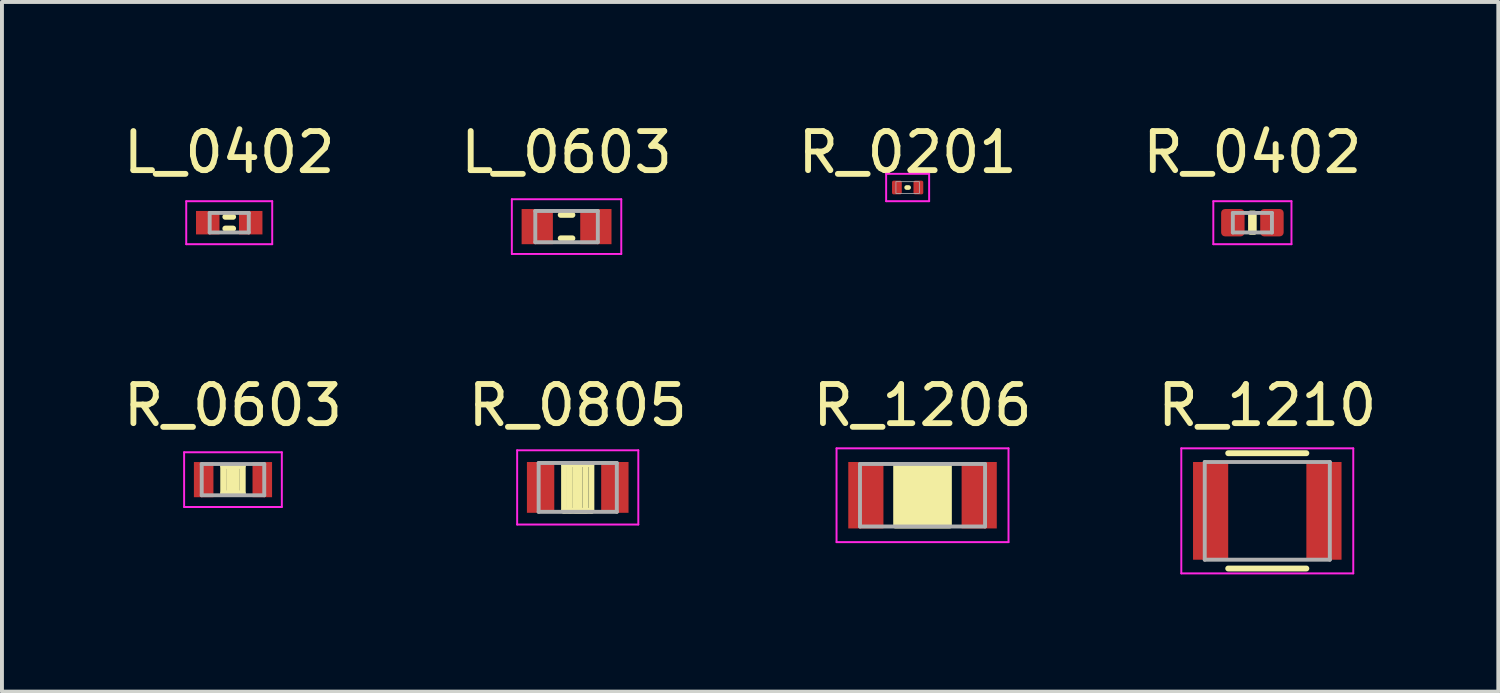
<source format=kicad_pcb>
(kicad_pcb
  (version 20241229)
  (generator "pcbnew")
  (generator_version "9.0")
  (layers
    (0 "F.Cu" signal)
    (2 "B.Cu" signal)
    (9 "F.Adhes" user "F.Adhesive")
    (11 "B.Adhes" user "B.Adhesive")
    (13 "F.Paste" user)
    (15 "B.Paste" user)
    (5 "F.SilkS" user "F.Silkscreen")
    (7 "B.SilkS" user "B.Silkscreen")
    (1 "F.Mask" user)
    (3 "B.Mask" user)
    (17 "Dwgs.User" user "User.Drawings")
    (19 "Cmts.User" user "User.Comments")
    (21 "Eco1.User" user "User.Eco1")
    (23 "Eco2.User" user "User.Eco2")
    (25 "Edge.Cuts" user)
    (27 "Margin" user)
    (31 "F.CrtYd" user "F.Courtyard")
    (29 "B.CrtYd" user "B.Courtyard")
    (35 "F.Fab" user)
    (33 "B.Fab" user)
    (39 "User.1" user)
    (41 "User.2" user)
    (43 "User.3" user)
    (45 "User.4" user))
  (footprint "L_0603"
    (layer "F.Cu")
    (at 11.446 2.748)
    (property "Reference" "L_0603" (at 0 -1.9 0) (layer "F.SilkS") (effects (font (size 1 1) (thickness 0.15))))
    (attr smd)
    (fp_line (start -0.15 -0.3) (end 0.15 -0.3) (stroke (width 0.15) (type solid)) (layer "F.SilkS"))
    (fp_line (start -0.15 0.3) (end 0.15 0.3) (stroke (width 0.15) (type solid)) (layer "F.SilkS"))
    (fp_line (start -1.4 -0.7) (end -1.4 0.7) (stroke (width 0.05) (type solid)) (layer "F.CrtYd"))
    (fp_line (start -1.4 -0.7) (end 1.4 -0.7) (stroke (width 0.05) (type solid)) (layer "F.CrtYd"))
    (fp_line (start -1.4 0.7) (end 1.4 0.7) (stroke (width 0.05) (type solid)) (layer "F.CrtYd"))
    (fp_line (start 1.4 -0.7) (end 1.4 0.7) (stroke (width 0.05) (type solid)) (layer "F.CrtYd"))
    (fp_line (start -0.8 -0.4) (end 0.8 -0.4) (stroke (width 0.1) (type solid)) (layer "F.Fab"))
    (fp_line (start -0.8 0.4) (end -0.8 -0.4) (stroke (width 0.1) (type solid)) (layer "F.Fab"))
    (fp_line (start 0.8 -0.4) (end 0.8 0.4) (stroke (width 0.1) (type solid)) (layer "F.Fab"))
    (fp_line (start 0.8 0.4) (end -0.8 0.4) (stroke (width 0.1) (type solid)) (layer "F.Fab"))
    (pad "1" smd rect (at -0.75 0) (size 0.8 0.9) (layers "F.Cu" "F.Mask" "F.Paste"))
    (pad "2" smd rect (at 0.75 0) (size 0.8 0.9) (layers "F.Cu" "F.Mask" "F.Paste")))
  (footprint "R_0201"
    (layer "F.Cu")
    (at 20.173 1.748)
    (property "Reference" "R_0201" (at 0 -0.9 0) (unlocked yes) (layer "F.SilkS") (effects (font (size 1 1) (thickness 0.15))))
    (attr smd)
    (fp_line (start -0.025 0) (end 0.025 0) (stroke (width 0.12) (type solid)) (layer "F.SilkS"))
    (fp_line (start -0.55 -0.35) (end -0.55 0.35) (stroke (width 0.05) (type solid)) (layer "F.CrtYd"))
    (fp_line (start -0.55 0.35) (end 0.55 0.35) (stroke (width 0.05) (type solid)) (layer "F.CrtYd"))
    (fp_line (start 0.55 -0.35) (end -0.55 -0.35) (stroke (width 0.05) (type solid)) (layer "F.CrtYd"))
    (fp_line (start 0.55 0.35) (end 0.55 -0.35) (stroke (width 0.05) (type solid)) (layer "F.CrtYd"))
    (fp_rect (start -0.3 -0.15) (end 0.3 0.15) (stroke (width 0.02) (type solid)) (fill no) (layer "F.Fab"))
    (pad "1" smd roundrect (at -0.275 0) (size 0.25 0.35) (layers "F.Cu" "F.Mask" "F.Paste") (roundrect_rratio 0.167))
    (pad "2" smd roundrect (at 0.275 0) (size 0.25 0.35) (layers "F.Cu" "F.Mask" "F.Paste") (roundrect_rratio 0.167)))
  (footprint "R_1206"
    (layer "F.Cu")
    (at 20.554 9.621)
    (property "Reference" "R_1206" (at 0 -2.3 0) (layer "F.SilkS") (effects (font (size 1 1) (thickness 0.15))))
    (attr smd)
    (fp_poly (pts (xy 0.7 0.8) (xy -0.7 0.8) (xy -0.7 -0.8) (xy 0.7 -0.8)) (stroke (width 0.1) (type solid)) (fill yes) (layer "F.SilkS"))
    (fp_line (start -2.2 -1.2) (end -2.2 1.2) (stroke (width 0.05) (type solid)) (layer "F.CrtYd"))
    (fp_line (start -2.2 -1.2) (end 2.2 -1.2) (stroke (width 0.05) (type solid)) (layer "F.CrtYd"))
    (fp_line (start -2.2 1.2) (end 2.2 1.2) (stroke (width 0.05) (type solid)) (layer "F.CrtYd"))
    (fp_line (start 2.2 -1.2) (end 2.2 1.2) (stroke (width 0.05) (type solid)) (layer "F.CrtYd"))
    (fp_line (start -1.6 -0.8) (end 1.6 -0.8) (stroke (width 0.1) (type solid)) (layer "F.Fab"))
    (fp_line (start -1.6 0.8) (end -1.6 -0.8) (stroke (width 0.1) (type solid)) (layer "F.Fab"))
    (fp_line (start 1.6 -0.8) (end 1.6 0.8) (stroke (width 0.1) (type solid)) (layer "F.Fab"))
    (fp_line (start 1.6 0.8) (end -1.6 0.8) (stroke (width 0.1) (type solid)) (layer "F.Fab"))
    (pad "1" smd rect (at -1.45 0) (size 0.9 1.7) (layers "F.Cu" "F.Mask" "F.Paste"))
    (pad "2" smd rect (at 1.45 0) (size 0.9 1.7) (layers "F.Cu" "F.Mask" "F.Paste")))
  (footprint "R_0603"
    (layer "F.Cu")
    (at 2.911 9.222)
    (property "Reference" "R_0603" (at 0 -1.9 0) (layer "F.SilkS") (effects (font (size 1 1) (thickness 0.15))))
    (attr smd)
    (fp_line (start -0.25 -0.35) (end -0.25 0.35) (stroke (width 0.15) (type solid)) (layer "F.SilkS"))
    (fp_line (start -0.25 0.35) (end 0.25 0.35) (stroke (width 0.15) (type solid)) (layer "F.SilkS"))
    (fp_line (start -0.1 -0.35) (end -0.1 0.35) (stroke (width 0.15) (type solid)) (layer "F.SilkS"))
    (fp_line (start 0 -0.35) (end 0 0.35) (stroke (width 0.15) (type solid)) (layer "F.SilkS"))
    (fp_line (start 0.1 -0.35) (end 0.1 0.35) (stroke (width 0.15) (type solid)) (layer "F.SilkS"))
    (fp_line (start 0.25 -0.35) (end -0.25 -0.35) (stroke (width 0.15) (type solid)) (layer "F.SilkS"))
    (fp_line (start 0.25 0.35) (end 0.25 -0.35) (stroke (width 0.15) (type solid)) (layer "F.SilkS"))
    (fp_line (start -1.25 -0.7) (end -1.25 0.7) (stroke (width 0.05) (type solid)) (layer "F.CrtYd"))
    (fp_line (start -1.25 -0.7) (end 1.25 -0.7) (stroke (width 0.05) (type solid)) (layer "F.CrtYd"))
    (fp_line (start -1.25 0.7) (end 1.25 0.7) (stroke (width 0.05) (type solid)) (layer "F.CrtYd"))
    (fp_line (start 1.25 -0.7) (end 1.25 0.7) (stroke (width 0.05) (type solid)) (layer "F.CrtYd"))
    (fp_line (start -0.8 -0.4) (end 0.8 -0.4) (stroke (width 0.1) (type solid)) (layer "F.Fab"))
    (fp_line (start -0.8 0.4) (end -0.8 -0.4) (stroke (width 0.1) (type solid)) (layer "F.Fab"))
    (fp_line (start 0.8 -0.4) (end 0.8 0.4) (stroke (width 0.1) (type solid)) (layer "F.Fab"))
    (fp_line (start 0.8 0.4) (end -0.8 0.4) (stroke (width 0.1) (type solid)) (layer "F.Fab"))
    (pad "1" smd rect (at -0.75 0) (size 0.5 0.9) (layers "F.Cu" "F.Mask" "F.Paste"))
    (pad "2" smd rect (at 0.75 0) (size 0.5 0.9) (layers "F.Cu" "F.Mask" "F.Paste")))
  (footprint "R_0402"
    (layer "F.Cu")
    (at 28.994 2.648)
    (property "Reference" "R_0402" (at 0 -1.8 0) (layer "F.SilkS") (effects (font (size 1 1) (thickness 0.15))))
    (attr smd)
    (fp_poly (pts (xy 0.05 0.25) (xy -0.05 0.25) (xy -0.05 -0.25) (xy 0.05 -0.25)) (stroke (width 0.12) (type solid)) (fill yes) (layer "F.SilkS"))
    (fp_line (start -1 -0.55) (end -1 0.55) (stroke (width 0.05) (type solid)) (layer "F.CrtYd"))
    (fp_line (start -1 -0.55) (end 1 -0.55) (stroke (width 0.05) (type solid)) (layer "F.CrtYd"))
    (fp_line (start -1 0.55) (end 1 0.55) (stroke (width 0.05) (type solid)) (layer "F.CrtYd"))
    (fp_line (start 1 -0.55) (end 1 0.55) (stroke (width 0.05) (type solid)) (layer "F.CrtYd"))
    (fp_line (start -0.5 -0.25) (end 0.5 -0.25) (stroke (width 0.1) (type solid)) (layer "F.Fab"))
    (fp_line (start -0.5 0.25) (end -0.5 -0.25) (stroke (width 0.1) (type solid)) (layer "F.Fab"))
    (fp_line (start 0.5 -0.25) (end 0.5 0.25) (stroke (width 0.1) (type solid)) (layer "F.Fab"))
    (fp_line (start 0.5 0.25) (end -0.5 0.25) (stroke (width 0.1) (type solid)) (layer "F.Fab"))
    (pad "1" smd roundrect (at -0.5 0) (size 0.6 0.7) (layers "F.Cu" "F.Mask" "F.Paste") (roundrect_rratio 0.167))
    (pad "2" smd roundrect (at 0.5 0) (size 0.6 0.7) (layers "F.Cu" "F.Mask" "F.Paste") (roundrect_rratio 0.167)))
  (footprint "R_0805"
    (layer "F.Cu")
    (at 11.732 9.421)
    (property "Reference" "R_0805" (at 0 -2.1 0) (layer "F.SilkS") (effects (font (size 1 1) (thickness 0.15))))
    (attr smd)
    (fp_line (start -0.35 -0.6) (end -0.35 0.6) (stroke (width 0.15) (type solid)) (layer "F.SilkS"))
    (fp_line (start -0.35 -0.6) (end 0.35 -0.6) (stroke (width 0.15) (type solid)) (layer "F.SilkS"))
    (fp_line (start -0.2 -0.6) (end 0.2 -0.6) (stroke (width 0.15) (type solid)) (layer "F.SilkS"))
    (fp_line (start -0.2 0.6) (end -0.2 -0.6) (stroke (width 0.15) (type solid)) (layer "F.SilkS"))
    (fp_line (start -0.05 -0.6) (end -0.05 0.6) (stroke (width 0.15) (type solid)) (layer "F.SilkS"))
    (fp_line (start 0.05 0.6) (end 0.05 -0.6) (stroke (width 0.15) (type solid)) (layer "F.SilkS"))
    (fp_line (start 0.2 -0.6) (end 0.2 0.6) (stroke (width 0.15) (type solid)) (layer "F.SilkS"))
    (fp_line (start 0.2 0.6) (end 0 0.6) (stroke (width 0.15) (type solid)) (layer "F.SilkS"))
    (fp_line (start 0.35 -0.6) (end -0.2 -0.6) (stroke (width 0.15) (type solid)) (layer "F.SilkS"))
    (fp_line (start 0.35 -0.6) (end 0.35 0.6) (stroke (width 0.15) (type solid)) (layer "F.SilkS"))
    (fp_line (start 0.35 0.6) (end -0.35 0.6) (stroke (width 0.15) (type solid)) (layer "F.SilkS"))
    (fp_line (start -1.55 -0.95) (end -1.55 0.95) (stroke (width 0.05) (type solid)) (layer "F.CrtYd"))
    (fp_line (start -1.55 -0.95) (end 1.55 -0.95) (stroke (width 0.05) (type solid)) (layer "F.CrtYd"))
    (fp_line (start -1.55 0.95) (end 1.55 0.95) (stroke (width 0.05) (type solid)) (layer "F.CrtYd"))
    (fp_line (start 1.55 -0.95) (end 1.55 0.95) (stroke (width 0.05) (type solid)) (layer "F.CrtYd"))
    (fp_line (start -1 -0.625) (end 1 -0.625) (stroke (width 0.1) (type solid)) (layer "F.Fab"))
    (fp_line (start -1 0.625) (end -1 -0.625) (stroke (width 0.1) (type solid)) (layer "F.Fab"))
    (fp_line (start 1 -0.625) (end 1 0.625) (stroke (width 0.1) (type solid)) (layer "F.Fab"))
    (fp_line (start 1 0.625) (end -1 0.625) (stroke (width 0.1) (type solid)) (layer "F.Fab"))
    (pad "1" smd rect (at -0.95 0) (size 0.7 1.3) (layers "F.Cu" "F.Mask" "F.Paste"))
    (pad "2" smd rect (at 0.95 0) (size 0.7 1.3) (layers "F.Cu" "F.Mask" "F.Paste")))
  (footprint "L_0402"
    (layer "F.Cu")
    (at 2.815 2.648)
    (property "Reference" "L_0402" (at 0 -1.8 0) (layer "F.SilkS") (effects (font (size 1 1) (thickness 0.15))))
    (attr smd)
    (fp_line (start -0.1 -0.15) (end 0.1 -0.15) (stroke (width 0.15) (type solid)) (layer "F.SilkS"))
    (fp_line (start -0.1 0.15) (end 0.1 0.15) (stroke (width 0.15) (type solid)) (layer "F.SilkS"))
    (fp_line (start -1.1 -0.55) (end -1.1 0.55) (stroke (width 0.05) (type solid)) (layer "F.CrtYd"))
    (fp_line (start -1.1 -0.55) (end 1.1 -0.55) (stroke (width 0.05) (type solid)) (layer "F.CrtYd"))
    (fp_line (start -1.1 0.55) (end 1.1 0.55) (stroke (width 0.05) (type solid)) (layer "F.CrtYd"))
    (fp_line (start 1.1 -0.55) (end 1.1 0.55) (stroke (width 0.05) (type solid)) (layer "F.CrtYd"))
    (fp_line (start -0.5 -0.25) (end 0.5 -0.25) (stroke (width 0.1) (type solid)) (layer "F.Fab"))
    (fp_line (start -0.5 0.25) (end -0.5 -0.25) (stroke (width 0.1) (type solid)) (layer "F.Fab"))
    (fp_line (start 0.5 -0.25) (end 0.5 0.25) (stroke (width 0.1) (type solid)) (layer "F.Fab"))
    (fp_line (start 0.5 0.25) (end -0.5 0.25) (stroke (width 0.1) (type solid)) (layer "F.Fab"))
    (pad "1" smd rect (at -0.55 0) (size 0.6 0.6) (layers "F.Cu" "F.Mask" "F.Paste"))
    (pad "2" smd rect (at 0.55 0) (size 0.6 0.6) (layers "F.Cu" "F.Mask" "F.Paste")))
  (footprint "R_1210"
    (layer "F.Cu")
    (at 29.375 10.021)
    (property "Reference" "R_1210" (at 0 -2.7 0) (layer "F.SilkS") (effects (font (size 1 1) (thickness 0.15))))
    (attr smd)
    (fp_line (start -1 -1.475) (end 1 -1.475) (stroke (width 0.15) (type solid)) (layer "F.SilkS"))
    (fp_line (start 1 1.475) (end -1 1.475) (stroke (width 0.15) (type solid)) (layer "F.SilkS"))
    (fp_line (start -2.2 -1.6) (end -2.2 1.6) (stroke (width 0.05) (type solid)) (layer "F.CrtYd"))
    (fp_line (start -2.2 -1.6) (end 2.2 -1.6) (stroke (width 0.05) (type solid)) (layer "F.CrtYd"))
    (fp_line (start -2.2 1.6) (end 2.2 1.6) (stroke (width 0.05) (type solid)) (layer "F.CrtYd"))
    (fp_line (start 2.2 -1.6) (end 2.2 1.6) (stroke (width 0.05) (type solid)) (layer "F.CrtYd"))
    (fp_line (start -1.6 -1.25) (end 1.6 -1.25) (stroke (width 0.1) (type solid)) (layer "F.Fab"))
    (fp_line (start -1.6 1.25) (end -1.6 -1.25) (stroke (width 0.1) (type solid)) (layer "F.Fab"))
    (fp_line (start 1.6 -1.25) (end 1.6 1.25) (stroke (width 0.1) (type solid)) (layer "F.Fab"))
    (fp_line (start 1.6 1.25) (end -1.6 1.25) (stroke (width 0.1) (type solid)) (layer "F.Fab"))
    (pad "1" smd rect (at -1.45 0) (size 0.9 2.5) (layers "F.Cu" "F.Mask" "F.Paste"))
    (pad "2" smd rect (at 1.45 0) (size 0.9 2.5) (layers "F.Cu" "F.Mask" "F.Paste")))
  (gr_rect
    (start -3 -3)
    (end 35.286 14.646)
    (stroke (width 0.1) (type default))
    (fill no)
    (layer "Edge.Cuts")))
</source>
